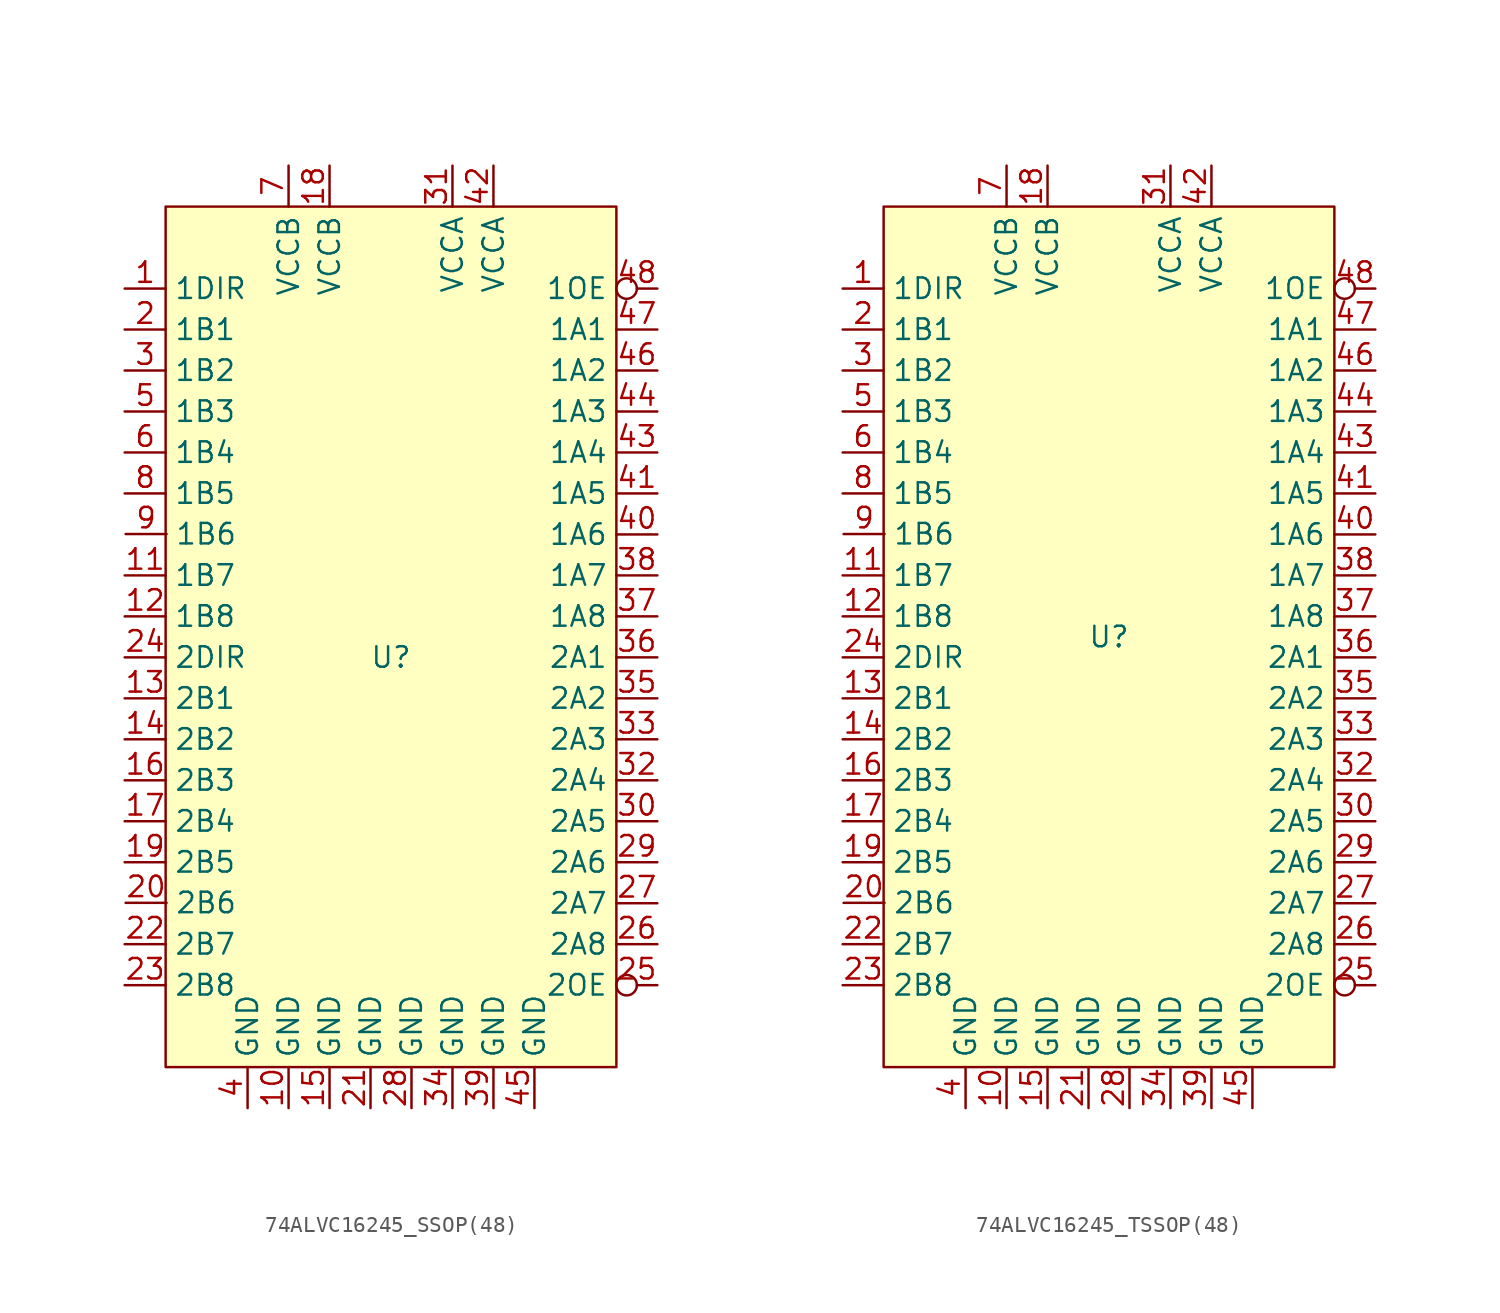
<source format=kicad_sym>
(kicad_symbol_lib
  (version 20231120)
  (generator "kicad_symbol_editor")
  (generator_version "8.0")
  (symbol "74ALVC16245_SSOP(48)"
    (property "Reference" "U"
      (at 0 -1.27 0)
      (effects (font (size 1.27 1.27))))
    (property "Value" ""
      (at 0 -1.27 0)
      (effects (font (size 1.27 1.27))))
    (symbol "74ALVC16245_SSOP(48)_1_1"
      (rectangle (start -13.97 26.67) (end 13.97 -26.67) (stroke (width 0) (type default)) (fill (type background)))
      (pin input line (at -16.51 21.59 0) (length 2.54) (name "1DIR" (effects (font (size 1.27 1.27)))) (number "1" (effects (font (size 1.27 1.27)))))
      (pin power_in line (at -6.35 -29.21 90) (length 2.54) (name "GND" (effects (font (size 1.27 1.27)))) (number "10" (effects (font (size 1.27 1.27)))))
      (pin bidirectional line (at -16.51 3.81 0) (length 2.54) (name "1B7" (effects (font (size 1.27 1.27)))) (number "11" (effects (font (size 1.27 1.27)))))
      (pin bidirectional line (at -16.51 1.27 0) (length 2.54) (name "1B8" (effects (font (size 1.27 1.27)))) (number "12" (effects (font (size 1.27 1.27)))))
      (pin bidirectional line (at -16.51 -3.81 0) (length 2.54) (name "2B1" (effects (font (size 1.27 1.27)))) (number "13" (effects (font (size 1.27 1.27)))))
      (pin bidirectional line (at -16.51 -6.35 0) (length 2.54) (name "2B2" (effects (font (size 1.27 1.27)))) (number "14" (effects (font (size 1.27 1.27)))))
      (pin power_in line (at -3.81 -29.21 90) (length 2.54) (name "GND" (effects (font (size 1.27 1.27)))) (number "15" (effects (font (size 1.27 1.27)))))
      (pin bidirectional line (at -16.51 -8.89 0) (length 2.54) (name "2B3" (effects (font (size 1.27 1.27)))) (number "16" (effects (font (size 1.27 1.27)))))
      (pin bidirectional line (at -16.51 -11.43 0) (length 2.54) (name "2B4" (effects (font (size 1.27 1.27)))) (number "17" (effects (font (size 1.27 1.27)))))
      (pin power_in line (at -3.81 29.21 270) (length 2.54) (name "VCCB" (effects (font (size 1.27 1.27)))) (number "18" (effects (font (size 1.27 1.27)))))
      (pin bidirectional line (at -16.51 -13.97 0) (length 2.54) (name "2B5" (effects (font (size 1.27 1.27)))) (number "19" (effects (font (size 1.27 1.27)))))
      (pin bidirectional line (at -16.51 19.05 0) (length 2.54) (name "1B1" (effects (font (size 1.27 1.27)))) (number "2" (effects (font (size 1.27 1.27)))))
      (pin bidirectional line (at -16.45 -16.487 0) (length 2.54) (name "2B6" (effects (font (size 1.27 1.27)))) (number "20" (effects (font (size 1.27 1.27)))))
      (pin power_in line (at -1.27 -29.21 90) (length 2.54) (name "GND" (effects (font (size 1.27 1.27)))) (number "21" (effects (font (size 1.27 1.27)))))
      (pin bidirectional line (at -16.51 -19.05 0) (length 2.54) (name "2B7" (effects (font (size 1.27 1.27)))) (number "22" (effects (font (size 1.27 1.27)))))
      (pin bidirectional line (at -16.51 -21.59 0) (length 2.54) (name "2B8" (effects (font (size 1.27 1.27)))) (number "23" (effects (font (size 1.27 1.27)))))
      (pin input line (at -16.51 -1.27 0) (length 2.54) (name "2DIR" (effects (font (size 1.27 1.27)))) (number "24" (effects (font (size 1.27 1.27)))))
      (pin input inverted (at 16.51 -21.59 180) (length 2.54) (name "2OE" (effects (font (size 1.27 1.27)))) (number "25" (effects (font (size 1.27 1.27)))))
      (pin bidirectional line (at 16.51 -19.05 180) (length 2.54) (name "2A8" (effects (font (size 1.27 1.27)))) (number "26" (effects (font (size 1.27 1.27)))))
      (pin bidirectional line (at 16.51 -16.51 180) (length 2.54) (name "2A7" (effects (font (size 1.27 1.27)))) (number "27" (effects (font (size 1.27 1.27)))))
      (pin power_in line (at 1.27 -29.21 90) (length 2.54) (name "GND" (effects (font (size 1.27 1.27)))) (number "28" (effects (font (size 1.27 1.27)))))
      (pin bidirectional line (at 16.51 -13.97 180) (length 2.54) (name "2A6" (effects (font (size 1.27 1.27)))) (number "29" (effects (font (size 1.27 1.27)))))
      (pin bidirectional line (at -16.51 16.51 0) (length 2.54) (name "1B2" (effects (font (size 1.27 1.27)))) (number "3" (effects (font (size 1.27 1.27)))))
      (pin bidirectional line (at 16.51 -11.43 180) (length 2.54) (name "2A5" (effects (font (size 1.27 1.27)))) (number "30" (effects (font (size 1.27 1.27)))))
      (pin power_in line (at 3.81 29.21 270) (length 2.54) (name "VCCA" (effects (font (size 1.27 1.27)))) (number "31" (effects (font (size 1.27 1.27)))))
      (pin bidirectional line (at 16.51 -8.89 180) (length 2.54) (name "2A4" (effects (font (size 1.27 1.27)))) (number "32" (effects (font (size 1.27 1.27)))))
      (pin bidirectional line (at 16.51 -6.35 180) (length 2.54) (name "2A3" (effects (font (size 1.27 1.27)))) (number "33" (effects (font (size 1.27 1.27)))))
      (pin power_in line (at 3.81 -29.21 90) (length 2.54) (name "GND" (effects (font (size 1.27 1.27)))) (number "34" (effects (font (size 1.27 1.27)))))
      (pin bidirectional line (at 16.51 -3.81 180) (length 2.54) (name "2A2" (effects (font (size 1.27 1.27)))) (number "35" (effects (font (size 1.27 1.27)))))
      (pin bidirectional line (at 16.51 -1.27 180) (length 2.54) (name "2A1" (effects (font (size 1.27 1.27)))) (number "36" (effects (font (size 1.27 1.27)))))
      (pin bidirectional line (at 16.51 1.27 180) (length 2.54) (name "1A8" (effects (font (size 1.27 1.27)))) (number "37" (effects (font (size 1.27 1.27)))))
      (pin bidirectional line (at 16.51 3.81 180) (length 2.54) (name "1A7" (effects (font (size 1.27 1.27)))) (number "38" (effects (font (size 1.27 1.27)))))
      (pin power_in line (at 6.35 -29.21 90) (length 2.54) (name "GND" (effects (font (size 1.27 1.27)))) (number "39" (effects (font (size 1.27 1.27)))))
      (pin power_in line (at -8.89 -29.21 90) (length 2.54) (name "GND" (effects (font (size 1.27 1.27)))) (number "4" (effects (font (size 1.27 1.27)))))
      (pin bidirectional line (at 16.51 6.35 180) (length 2.54) (name "1A6" (effects (font (size 1.27 1.27)))) (number "40" (effects (font (size 1.27 1.27)))))
      (pin bidirectional line (at 16.51 8.89 180) (length 2.54) (name "1A5" (effects (font (size 1.27 1.27)))) (number "41" (effects (font (size 1.27 1.27)))))
      (pin power_in line (at 6.35 29.21 270) (length 2.54) (name "VCCA" (effects (font (size 1.27 1.27)))) (number "42" (effects (font (size 1.27 1.27)))))
      (pin bidirectional line (at 16.51 11.43 180) (length 2.54) (name "1A4" (effects (font (size 1.27 1.27)))) (number "43" (effects (font (size 1.27 1.27)))))
      (pin bidirectional line (at 16.51 13.97 180) (length 2.54) (name "1A3" (effects (font (size 1.27 1.27)))) (number "44" (effects (font (size 1.27 1.27)))))
      (pin power_in line (at 8.89 -29.21 90) (length 2.54) (name "GND" (effects (font (size 1.27 1.27)))) (number "45" (effects (font (size 1.27 1.27)))))
      (pin bidirectional line (at 16.51 16.51 180) (length 2.54) (name "1A2" (effects (font (size 1.27 1.27)))) (number "46" (effects (font (size 1.27 1.27)))))
      (pin bidirectional line (at 16.51 19.05 180) (length 2.54) (name "1A1" (effects (font (size 1.27 1.27)))) (number "47" (effects (font (size 1.27 1.27)))))
      (pin input inverted (at 16.51 21.59 180) (length 2.54) (name "1OE" (effects (font (size 1.27 1.27)))) (number "48" (effects (font (size 1.27 1.27)))))
      (pin bidirectional line (at -16.51 13.97 0) (length 2.54) (name "1B3" (effects (font (size 1.27 1.27)))) (number "5" (effects (font (size 1.27 1.27)))))
      (pin bidirectional line (at -16.51 11.43 0) (length 2.54) (name "1B4" (effects (font (size 1.27 1.27)))) (number "6" (effects (font (size 1.27 1.27)))))
      (pin power_in line (at -6.35 29.21 270) (length 2.54) (name "VCCB" (effects (font (size 1.27 1.27)))) (number "7" (effects (font (size 1.27 1.27)))))
      (pin bidirectional line (at -16.51 8.89 0) (length 2.54) (name "1B5" (effects (font (size 1.27 1.27)))) (number "8" (effects (font (size 1.27 1.27)))))
      (pin bidirectional line (at -16.45 6.373 0) (length 2.54) (name "1B6" (effects (font (size 1.27 1.27)))) (number "9" (effects (font (size 1.27 1.27)))))))
  (symbol "74ALVC16245_TSSOP(48)"
    (property "Reference" "U"
      (at 0 0 0)
      (effects (font (size 1.27 1.27))))
    (property "Value" ""
      (at 0 0 0)
      (effects (font (size 1.27 1.27))))
    (symbol "74ALVC16245_TSSOP(48)_1_1"
      (rectangle (start -13.97 26.67) (end 13.97 -26.67) (stroke (width 0) (type default)) (fill (type background)))
      (pin input line (at -16.51 21.59 0) (length 2.54) (name "1DIR" (effects (font (size 1.27 1.27)))) (number "1" (effects (font (size 1.27 1.27)))))
      (pin power_in line (at -6.35 -29.21 90) (length 2.54) (name "GND" (effects (font (size 1.27 1.27)))) (number "10" (effects (font (size 1.27 1.27)))))
      (pin bidirectional line (at -16.51 3.81 0) (length 2.54) (name "1B7" (effects (font (size 1.27 1.27)))) (number "11" (effects (font (size 1.27 1.27)))))
      (pin bidirectional line (at -16.51 1.27 0) (length 2.54) (name "1B8" (effects (font (size 1.27 1.27)))) (number "12" (effects (font (size 1.27 1.27)))))
      (pin bidirectional line (at -16.51 -3.81 0) (length 2.54) (name "2B1" (effects (font (size 1.27 1.27)))) (number "13" (effects (font (size 1.27 1.27)))))
      (pin bidirectional line (at -16.51 -6.35 0) (length 2.54) (name "2B2" (effects (font (size 1.27 1.27)))) (number "14" (effects (font (size 1.27 1.27)))))
      (pin power_in line (at -3.81 -29.21 90) (length 2.54) (name "GND" (effects (font (size 1.27 1.27)))) (number "15" (effects (font (size 1.27 1.27)))))
      (pin bidirectional line (at -16.51 -8.89 0) (length 2.54) (name "2B3" (effects (font (size 1.27 1.27)))) (number "16" (effects (font (size 1.27 1.27)))))
      (pin bidirectional line (at -16.51 -11.43 0) (length 2.54) (name "2B4" (effects (font (size 1.27 1.27)))) (number "17" (effects (font (size 1.27 1.27)))))
      (pin power_in line (at -3.81 29.21 270) (length 2.54) (name "VCCB" (effects (font (size 1.27 1.27)))) (number "18" (effects (font (size 1.27 1.27)))))
      (pin bidirectional line (at -16.51 -13.97 0) (length 2.54) (name "2B5" (effects (font (size 1.27 1.27)))) (number "19" (effects (font (size 1.27 1.27)))))
      (pin bidirectional line (at -16.51 19.05 0) (length 2.54) (name "1B1" (effects (font (size 1.27 1.27)))) (number "2" (effects (font (size 1.27 1.27)))))
      (pin bidirectional line (at -16.45 -16.487 0) (length 2.54) (name "2B6" (effects (font (size 1.27 1.27)))) (number "20" (effects (font (size 1.27 1.27)))))
      (pin power_in line (at -1.27 -29.21 90) (length 2.54) (name "GND" (effects (font (size 1.27 1.27)))) (number "21" (effects (font (size 1.27 1.27)))))
      (pin bidirectional line (at -16.51 -19.05 0) (length 2.54) (name "2B7" (effects (font (size 1.27 1.27)))) (number "22" (effects (font (size 1.27 1.27)))))
      (pin bidirectional line (at -16.51 -21.59 0) (length 2.54) (name "2B8" (effects (font (size 1.27 1.27)))) (number "23" (effects (font (size 1.27 1.27)))))
      (pin input line (at -16.51 -1.27 0) (length 2.54) (name "2DIR" (effects (font (size 1.27 1.27)))) (number "24" (effects (font (size 1.27 1.27)))))
      (pin input inverted (at 16.51 -21.59 180) (length 2.54) (name "2OE" (effects (font (size 1.27 1.27)))) (number "25" (effects (font (size 1.27 1.27)))))
      (pin bidirectional line (at 16.51 -19.05 180) (length 2.54) (name "2A8" (effects (font (size 1.27 1.27)))) (number "26" (effects (font (size 1.27 1.27)))))
      (pin bidirectional line (at 16.51 -16.51 180) (length 2.54) (name "2A7" (effects (font (size 1.27 1.27)))) (number "27" (effects (font (size 1.27 1.27)))))
      (pin power_in line (at 1.27 -29.21 90) (length 2.54) (name "GND" (effects (font (size 1.27 1.27)))) (number "28" (effects (font (size 1.27 1.27)))))
      (pin bidirectional line (at 16.51 -13.97 180) (length 2.54) (name "2A6" (effects (font (size 1.27 1.27)))) (number "29" (effects (font (size 1.27 1.27)))))
      (pin bidirectional line (at -16.51 16.51 0) (length 2.54) (name "1B2" (effects (font (size 1.27 1.27)))) (number "3" (effects (font (size 1.27 1.27)))))
      (pin bidirectional line (at 16.51 -11.43 180) (length 2.54) (name "2A5" (effects (font (size 1.27 1.27)))) (number "30" (effects (font (size 1.27 1.27)))))
      (pin power_in line (at 3.81 29.21 270) (length 2.54) (name "VCCA" (effects (font (size 1.27 1.27)))) (number "31" (effects (font (size 1.27 1.27)))))
      (pin bidirectional line (at 16.51 -8.89 180) (length 2.54) (name "2A4" (effects (font (size 1.27 1.27)))) (number "32" (effects (font (size 1.27 1.27)))))
      (pin bidirectional line (at 16.51 -6.35 180) (length 2.54) (name "2A3" (effects (font (size 1.27 1.27)))) (number "33" (effects (font (size 1.27 1.27)))))
      (pin power_in line (at 3.81 -29.21 90) (length 2.54) (name "GND" (effects (font (size 1.27 1.27)))) (number "34" (effects (font (size 1.27 1.27)))))
      (pin bidirectional line (at 16.51 -3.81 180) (length 2.54) (name "2A2" (effects (font (size 1.27 1.27)))) (number "35" (effects (font (size 1.27 1.27)))))
      (pin bidirectional line (at 16.51 -1.27 180) (length 2.54) (name "2A1" (effects (font (size 1.27 1.27)))) (number "36" (effects (font (size 1.27 1.27)))))
      (pin bidirectional line (at 16.51 1.27 180) (length 2.54) (name "1A8" (effects (font (size 1.27 1.27)))) (number "37" (effects (font (size 1.27 1.27)))))
      (pin bidirectional line (at 16.51 3.81 180) (length 2.54) (name "1A7" (effects (font (size 1.27 1.27)))) (number "38" (effects (font (size 1.27 1.27)))))
      (pin power_in line (at 6.35 -29.21 90) (length 2.54) (name "GND" (effects (font (size 1.27 1.27)))) (number "39" (effects (font (size 1.27 1.27)))))
      (pin power_in line (at -8.89 -29.21 90) (length 2.54) (name "GND" (effects (font (size 1.27 1.27)))) (number "4" (effects (font (size 1.27 1.27)))))
      (pin bidirectional line (at 16.51 6.35 180) (length 2.54) (name "1A6" (effects (font (size 1.27 1.27)))) (number "40" (effects (font (size 1.27 1.27)))))
      (pin bidirectional line (at 16.51 8.89 180) (length 2.54) (name "1A5" (effects (font (size 1.27 1.27)))) (number "41" (effects (font (size 1.27 1.27)))))
      (pin power_in line (at 6.35 29.21 270) (length 2.54) (name "VCCA" (effects (font (size 1.27 1.27)))) (number "42" (effects (font (size 1.27 1.27)))))
      (pin bidirectional line (at 16.51 11.43 180) (length 2.54) (name "1A4" (effects (font (size 1.27 1.27)))) (number "43" (effects (font (size 1.27 1.27)))))
      (pin bidirectional line (at 16.51 13.97 180) (length 2.54) (name "1A3" (effects (font (size 1.27 1.27)))) (number "44" (effects (font (size 1.27 1.27)))))
      (pin power_in line (at 8.89 -29.21 90) (length 2.54) (name "GND" (effects (font (size 1.27 1.27)))) (number "45" (effects (font (size 1.27 1.27)))))
      (pin bidirectional line (at 16.51 16.51 180) (length 2.54) (name "1A2" (effects (font (size 1.27 1.27)))) (number "46" (effects (font (size 1.27 1.27)))))
      (pin bidirectional line (at 16.51 19.05 180) (length 2.54) (name "1A1" (effects (font (size 1.27 1.27)))) (number "47" (effects (font (size 1.27 1.27)))))
      (pin input inverted (at 16.51 21.59 180) (length 2.54) (name "1OE" (effects (font (size 1.27 1.27)))) (number "48" (effects (font (size 1.27 1.27)))))
      (pin bidirectional line (at -16.51 13.97 0) (length 2.54) (name "1B3" (effects (font (size 1.27 1.27)))) (number "5" (effects (font (size 1.27 1.27)))))
      (pin bidirectional line (at -16.51 11.43 0) (length 2.54) (name "1B4" (effects (font (size 1.27 1.27)))) (number "6" (effects (font (size 1.27 1.27)))))
      (pin power_in line (at -6.35 29.21 270) (length 2.54) (name "VCCB" (effects (font (size 1.27 1.27)))) (number "7" (effects (font (size 1.27 1.27)))))
      (pin bidirectional line (at -16.51 8.89 0) (length 2.54) (name "1B5" (effects (font (size 1.27 1.27)))) (number "8" (effects (font (size 1.27 1.27)))))
      (pin bidirectional line (at -16.45 6.373 0) (length 2.54) (name "1B6" (effects (font (size 1.27 1.27)))) (number "9" (effects (font (size 1.27 1.27))))))))
</source>
